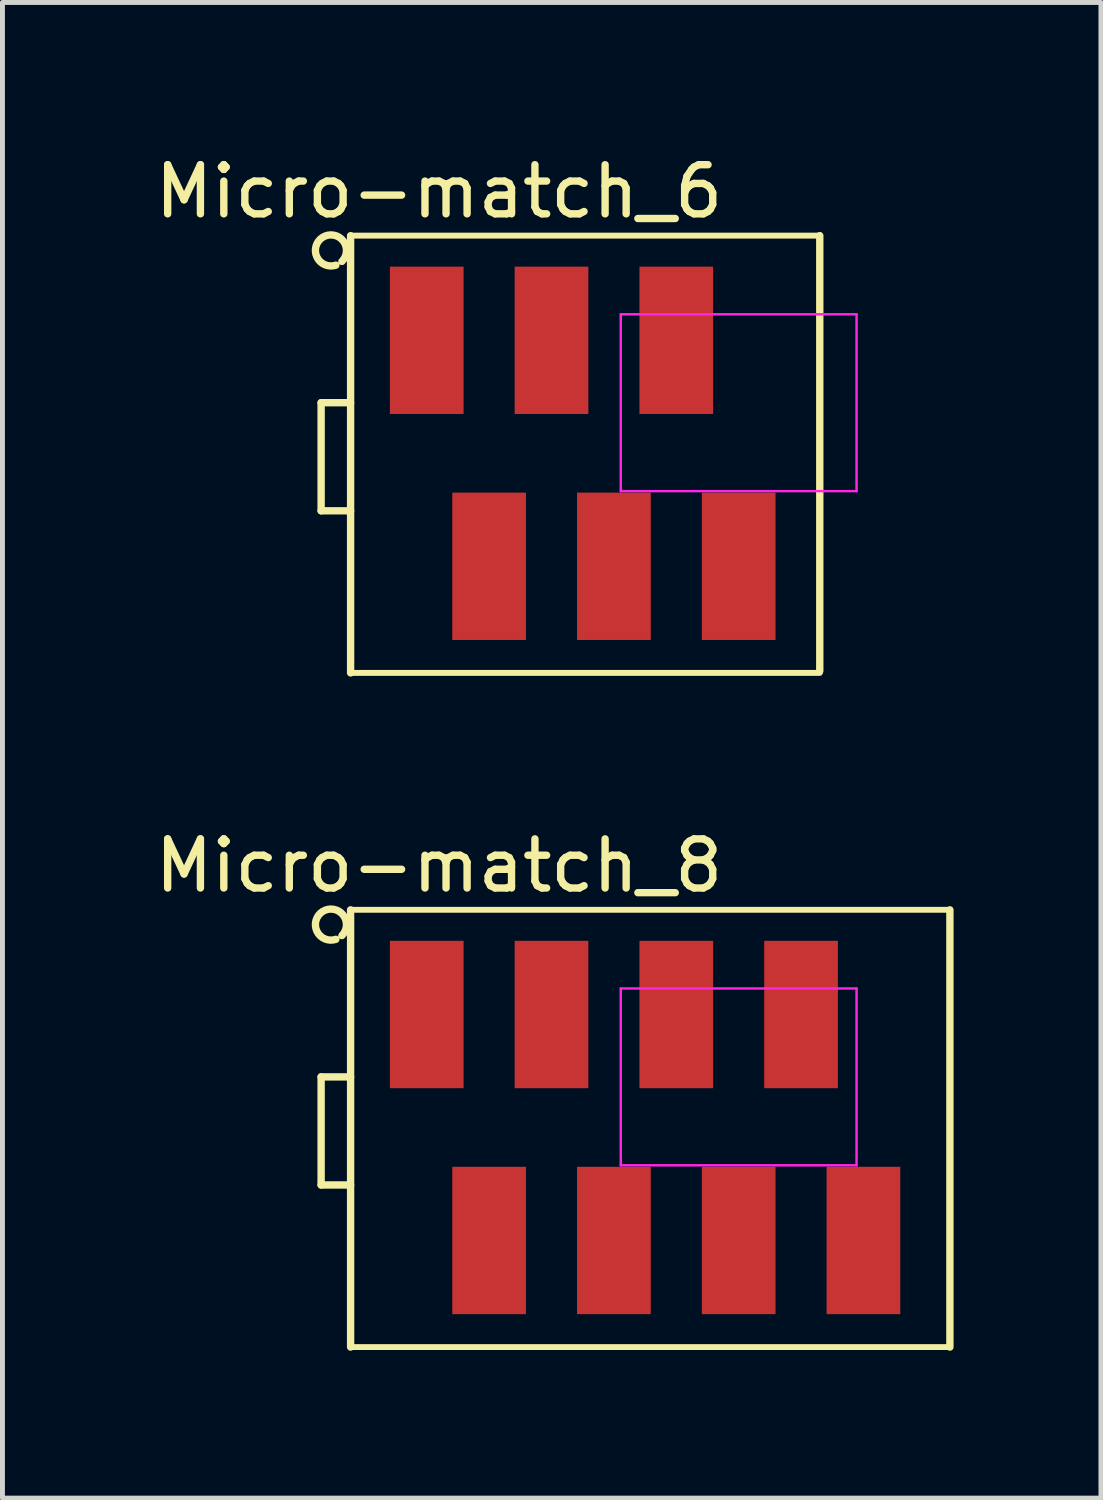
<source format=kicad_pcb>
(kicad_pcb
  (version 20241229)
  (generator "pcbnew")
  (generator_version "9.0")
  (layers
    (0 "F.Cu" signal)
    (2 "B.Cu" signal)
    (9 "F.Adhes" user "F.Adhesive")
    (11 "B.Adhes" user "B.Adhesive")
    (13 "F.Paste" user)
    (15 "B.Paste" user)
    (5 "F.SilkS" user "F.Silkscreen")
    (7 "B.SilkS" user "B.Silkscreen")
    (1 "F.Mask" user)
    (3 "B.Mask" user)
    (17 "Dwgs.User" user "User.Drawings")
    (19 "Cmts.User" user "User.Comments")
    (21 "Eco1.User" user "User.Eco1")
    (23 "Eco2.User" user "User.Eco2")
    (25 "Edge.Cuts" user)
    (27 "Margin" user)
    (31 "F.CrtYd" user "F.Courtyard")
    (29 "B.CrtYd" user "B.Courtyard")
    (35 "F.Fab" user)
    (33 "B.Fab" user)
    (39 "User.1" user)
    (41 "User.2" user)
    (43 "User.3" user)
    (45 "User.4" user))
  (footprint "Micro-match_6"
    (layer "F.Cu")
    (at 11.987 5.148)
    (property "Reference" "Micro-match_6" (at -6.1 -4.3 0) (layer "F.SilkS") (effects (font (size 1 1) (thickness 0.15))))
    (attr smd)
    (fp_line (start -8.5 0) (end -8.5 2.2) (stroke (width 0.15) (type solid)) (layer "F.SilkS"))
    (fp_line (start -8.5 0) (end -7.9 0) (stroke (width 0.15) (type solid)) (layer "F.SilkS"))
    (fp_line (start -7.9 -3.4) (end -7.9 5.5) (stroke (width 0.15) (type solid)) (layer "F.SilkS"))
    (fp_line (start -7.9 2.2) (end -8.5 2.2) (stroke (width 0.15) (type solid)) (layer "F.SilkS"))
    (fp_line (start 1.651 -3.401) (end -7.9 -3.401) (stroke (width 0.12) (type solid)) (layer "F.SilkS"))
    (fp_line (start 1.651 -3.401) (end 1.651 5.461) (stroke (width 0.15) (type solid)) (layer "F.SilkS"))
    (fp_line (start 1.651 5.5) (end -7.9 5.5) (stroke (width 0.12) (type solid)) (layer "F.SilkS"))
    (fp_arc (start -8.2 -2.8) (mid -8.466251 -3.368999) (end -8.076393 -2.876393) (stroke (width 0.15) (type solid)) (layer "F.SilkS"))
    (fp_line (start -2.4 -1.8) (end 2.4 -1.8) (stroke (width 0.05) (type solid)) (layer "F.CrtYd"))
    (fp_line (start -2.4 1.8) (end -2.4 -1.8) (stroke (width 0.05) (type solid)) (layer "F.CrtYd"))
    (fp_line (start 2.4 -1.8) (end 2.4 1.8) (stroke (width 0.05) (type solid)) (layer "F.CrtYd"))
    (fp_line (start 2.4 1.8) (end -2.4 1.8) (stroke (width 0.05) (type solid)) (layer "F.CrtYd"))
    (pad "1" smd rect (at -6.35 -1.27 90) (size 3 1.5) (layers "F.Cu" "F.Mask" "F.Paste"))
    (pad "2" smd rect (at -5.08 3.33 90) (size 3 1.5) (layers "F.Cu" "F.Mask" "F.Paste"))
    (pad "3" smd rect (at -3.81 -1.27 90) (size 3 1.5) (layers "F.Cu" "F.Mask" "F.Paste"))
    (pad "4" smd rect (at -2.54 3.33 90) (size 3 1.5) (layers "F.Cu" "F.Mask" "F.Paste"))
    (pad "5" smd rect (at -1.27 -1.27 90) (size 3 1.5) (layers "F.Cu" "F.Mask" "F.Paste"))
    (pad "6" smd rect (at 0 3.33 90) (size 3 1.5) (layers "F.Cu" "F.Mask" "F.Paste")))
  (footprint "Micro-match_8"
    (layer "F.Cu")
    (at 11.987 18.872)
    (property "Reference" "Micro-match_8" (at -6.1 -4.3 0) (layer "F.SilkS") (effects (font (size 1 1) (thickness 0.15))))
    (attr smd)
    (fp_line (start -8.5 0) (end -8.5 2.2) (stroke (width 0.15) (type solid)) (layer "F.SilkS"))
    (fp_line (start -8.5 0) (end -7.9 0) (stroke (width 0.15) (type solid)) (layer "F.SilkS"))
    (fp_line (start -7.9 -3.4) (end -7.9 5.5) (stroke (width 0.15) (type solid)) (layer "F.SilkS"))
    (fp_line (start -7.9 2.2) (end -8.5 2.2) (stroke (width 0.15) (type solid)) (layer "F.SilkS"))
    (fp_line (start 4.3 -3.401) (end -7.9 -3.401) (stroke (width 0.12) (type solid)) (layer "F.SilkS"))
    (fp_line (start 4.3 -3.4) (end 4.3 5.5) (stroke (width 0.15) (type solid)) (layer "F.SilkS"))
    (fp_line (start 4.3 5.5) (end -7.9 5.5) (stroke (width 0.12) (type solid)) (layer "F.SilkS"))
    (fp_arc (start -8.2 -2.8) (mid -8.466251 -3.368999) (end -8.076393 -2.876393) (stroke (width 0.15) (type solid)) (layer "F.SilkS"))
    (fp_line (start -2.4 -1.8) (end 2.4 -1.8) (stroke (width 0.05) (type solid)) (layer "F.CrtYd"))
    (fp_line (start -2.4 1.8) (end -2.4 -1.8) (stroke (width 0.05) (type solid)) (layer "F.CrtYd"))
    (fp_line (start 2.4 -1.8) (end 2.4 1.8) (stroke (width 0.05) (type solid)) (layer "F.CrtYd"))
    (fp_line (start 2.4 1.8) (end -2.4 1.8) (stroke (width 0.05) (type solid)) (layer "F.CrtYd"))
    (pad "1" smd rect (at -6.35 -1.27 90) (size 3 1.5) (layers "F.Cu" "F.Mask" "F.Paste"))
    (pad "2" smd rect (at -5.08 3.33 90) (size 3 1.5) (layers "F.Cu" "F.Mask" "F.Paste"))
    (pad "3" smd rect (at -3.81 -1.27 90) (size 3 1.5) (layers "F.Cu" "F.Mask" "F.Paste"))
    (pad "4" smd rect (at -2.54 3.33 90) (size 3 1.5) (layers "F.Cu" "F.Mask" "F.Paste"))
    (pad "5" smd rect (at -1.27 -1.27 90) (size 3 1.5) (layers "F.Cu" "F.Mask" "F.Paste"))
    (pad "6" smd rect (at 0 3.33 90) (size 3 1.5) (layers "F.Cu" "F.Mask" "F.Paste"))
    (pad "7" smd rect (at 1.27 -1.27 90) (size 3 1.5) (layers "F.Cu" "F.Mask" "F.Paste"))
    (pad "8" smd rect (at 2.54 3.33 90) (size 3 1.5) (layers "F.Cu" "F.Mask" "F.Paste")))
  (gr_rect
    (start -3 -3)
    (end 19.362 27.447)
    (stroke (width 0.1) (type default))
    (fill no)
    (layer "Edge.Cuts")))
</source>
